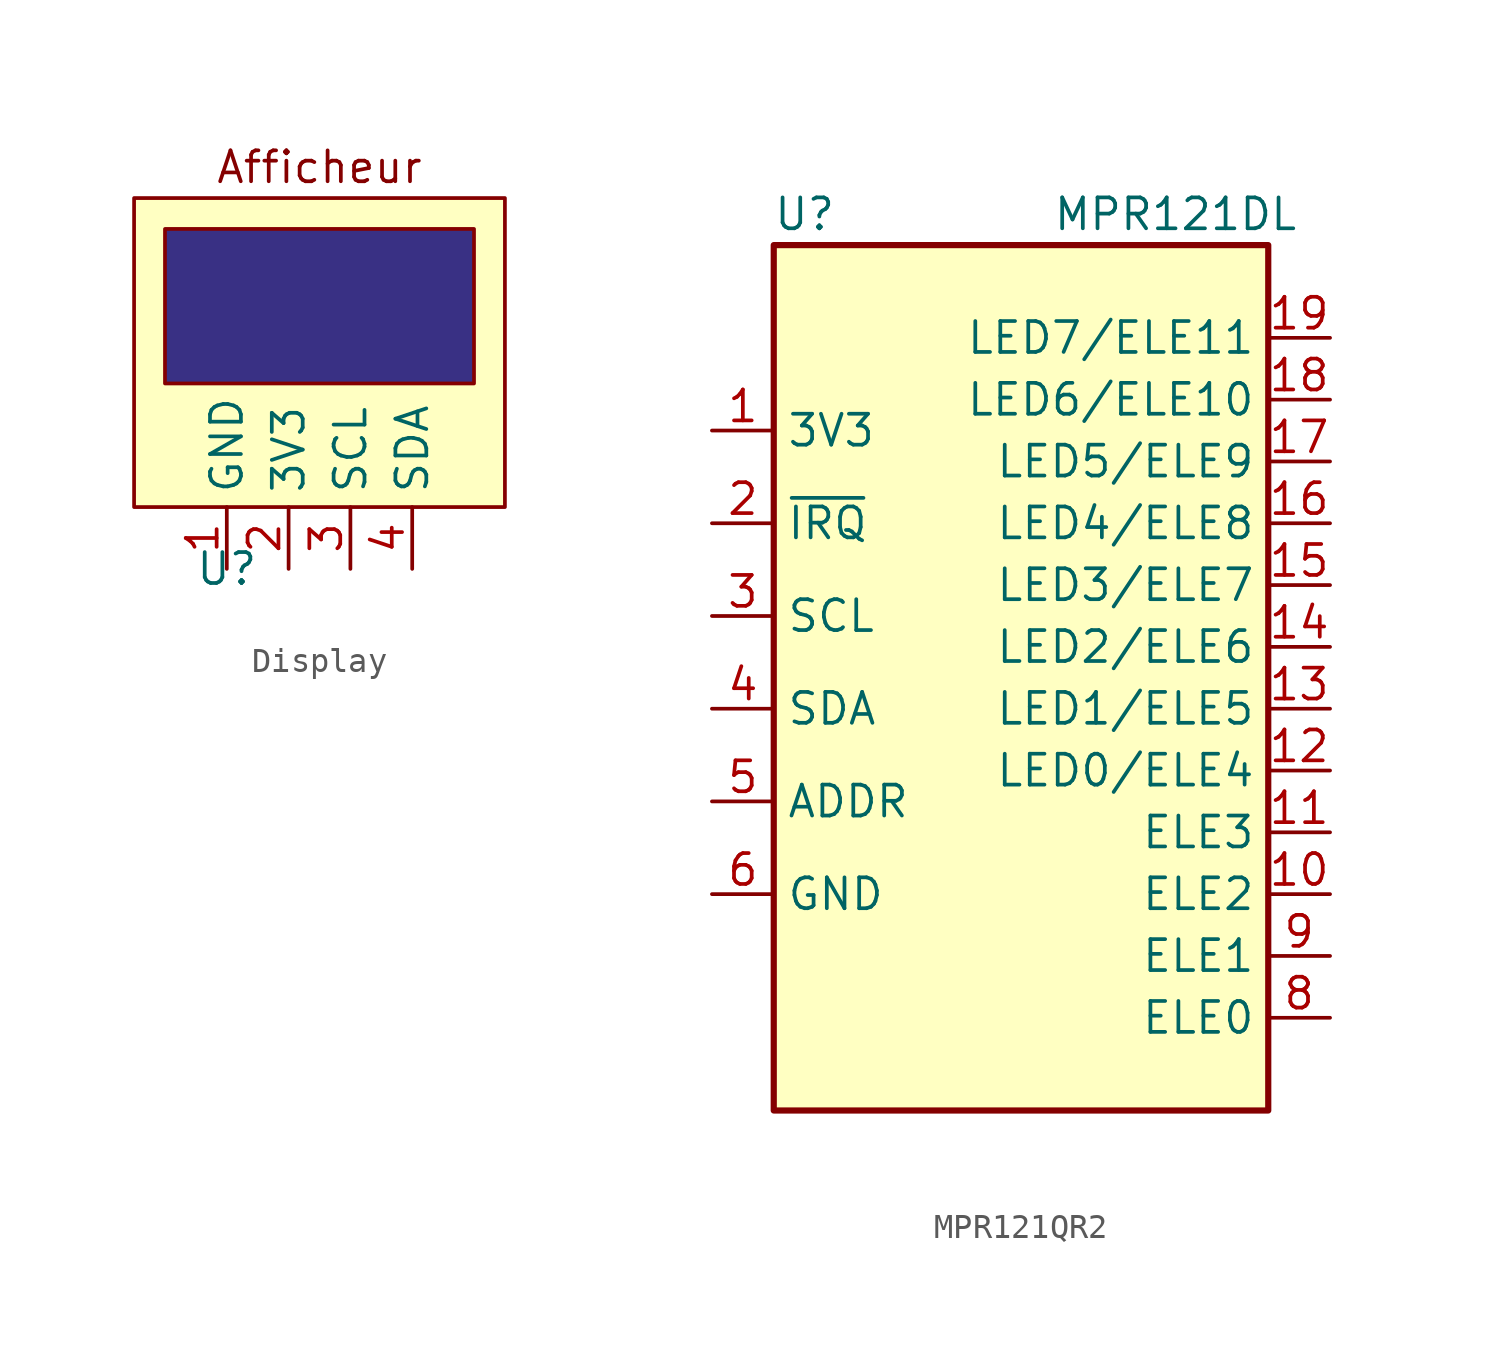
<source format=kicad_sym>
(kicad_symbol_lib
  (version 20220914)
  (generator kicad_symbol_editor)
  (symbol "Display"
    (property "Reference" "U"
      (at 0 0 0)
      (effects (font (size 1.27 1.27))))
    (property "Value" ""
      (at 0 0 0)
      (effects (font (size 1.27 1.27))))
    (symbol "Display_0_1"
      (rectangle (start -3.81 15.24) (end 11.43 2.54) (stroke (width 0) (type default)) (fill (type background)))
      (rectangle (start -2.54 13.97) (end 10.16 7.62) (stroke (width 0) (type default)) (fill (type color) (color 57 48 132 1)))
      (text "Afficheur" (at 3.81 16.51 0) (effects (font (size 1.27 1.27)))))
    (symbol "Display_1_1"
      (pin input line (at 0 0 90) (length 2.54) (name "GND" (effects (font (size 1.27 1.27)))) (number "1" (effects (font (size 1.27 1.27)))))
      (pin input line (at 2.54 0 90) (length 2.54) (name "3V3" (effects (font (size 1.27 1.27)))) (number "2" (effects (font (size 1.27 1.27)))))
      (pin input line (at 5.08 0 90) (length 2.54) (name "SCL" (effects (font (size 1.27 1.27)))) (number "3" (effects (font (size 1.27 1.27)))))
      (pin input line (at 7.62 0 90) (length 2.54) (name "SDA" (effects (font (size 1.27 1.27)))) (number "4" (effects (font (size 1.27 1.27)))))))
  (symbol "MPR121QR2"
    (property "Reference" "U"
      (at -8.89 19.05 0)
      (effects (font (size 1.27 1.27))))
    (property "Value" "MPR121DL"
      (at 6.35 19.05 0)
      (effects (font (size 1.27 1.27))))
    (symbol "MPR121QR2_0_1"
      (rectangle (start -10.16 17.78) (end 10.16 -17.78) (stroke (width 0.254) (type default)) (fill (type background))))
    (symbol "MPR121QR2_1_1"
      (pin power_in line (at -12.7 10.16 0) (length 2.54) (name "3V3" (effects (font (size 1.27 1.27)))) (number "1" (effects (font (size 1.27 1.27)))))
      (pin passive line (at 12.7 -8.89 180) (length 2.54) (name "ELE2" (effects (font (size 1.27 1.27)))) (number "10" (effects (font (size 1.27 1.27)))))
      (pin passive line (at 12.7 -6.35 180) (length 2.54) (name "ELE3" (effects (font (size 1.27 1.27)))) (number "11" (effects (font (size 1.27 1.27)))))
      (pin passive line (at 12.7 -3.81 180) (length 2.54) (name "LED0/ELE4" (effects (font (size 1.27 1.27)))) (number "12" (effects (font (size 1.27 1.27)))))
      (pin passive line (at 12.7 -1.27 180) (length 2.54) (name "LED1/ELE5" (effects (font (size 1.27 1.27)))) (number "13" (effects (font (size 1.27 1.27)))))
      (pin passive line (at 12.7 1.27 180) (length 2.54) (name "LED2/ELE6" (effects (font (size 1.27 1.27)))) (number "14" (effects (font (size 1.27 1.27)))))
      (pin passive line (at 12.7 3.81 180) (length 2.54) (name "LED3/ELE7" (effects (font (size 1.27 1.27)))) (number "15" (effects (font (size 1.27 1.27)))))
      (pin passive line (at 12.7 6.35 180) (length 2.54) (name "LED4/ELE8" (effects (font (size 1.27 1.27)))) (number "16" (effects (font (size 1.27 1.27)))))
      (pin passive line (at 12.7 8.89 180) (length 2.54) (name "LED5/ELE9" (effects (font (size 1.27 1.27)))) (number "17" (effects (font (size 1.27 1.27)))))
      (pin passive line (at 12.7 11.43 180) (length 2.54) (name "LED6/ELE10" (effects (font (size 1.27 1.27)))) (number "18" (effects (font (size 1.27 1.27)))))
      (pin passive line (at 12.7 13.97 180) (length 2.54) (name "LED7/ELE11" (effects (font (size 1.27 1.27)))) (number "19" (effects (font (size 1.27 1.27)))))
      (pin input line (at -12.7 6.35 0) (length 2.54) (name "~{IRQ}" (effects (font (size 1.27 1.27)))) (number "2" (effects (font (size 1.27 1.27)))))
      (pin bidirectional line (at -12.7 2.54 0) (length 2.54) (name "SCL" (effects (font (size 1.27 1.27)))) (number "3" (effects (font (size 1.27 1.27)))))
      (pin bidirectional line (at -12.7 -1.27 0) (length 2.54) (name "SDA" (effects (font (size 1.27 1.27)))) (number "4" (effects (font (size 1.27 1.27)))))
      (pin input line (at -12.7 -5.08 0) (length 2.54) (name "ADDR" (effects (font (size 1.27 1.27)))) (number "5" (effects (font (size 1.27 1.27)))))
      (pin power_in line (at -12.7 -8.89 0) (length 2.54) (name "GND" (effects (font (size 1.27 1.27)))) (number "6" (effects (font (size 1.27 1.27)))))
      (pin passive line (at 12.7 -13.97 180) (length 2.54) (name "ELE0" (effects (font (size 1.27 1.27)))) (number "8" (effects (font (size 1.27 1.27)))))
      (pin passive line (at 12.7 -11.43 180) (length 2.54) (name "ELE1" (effects (font (size 1.27 1.27)))) (number "9" (effects (font (size 1.27 1.27))))))))
</source>
